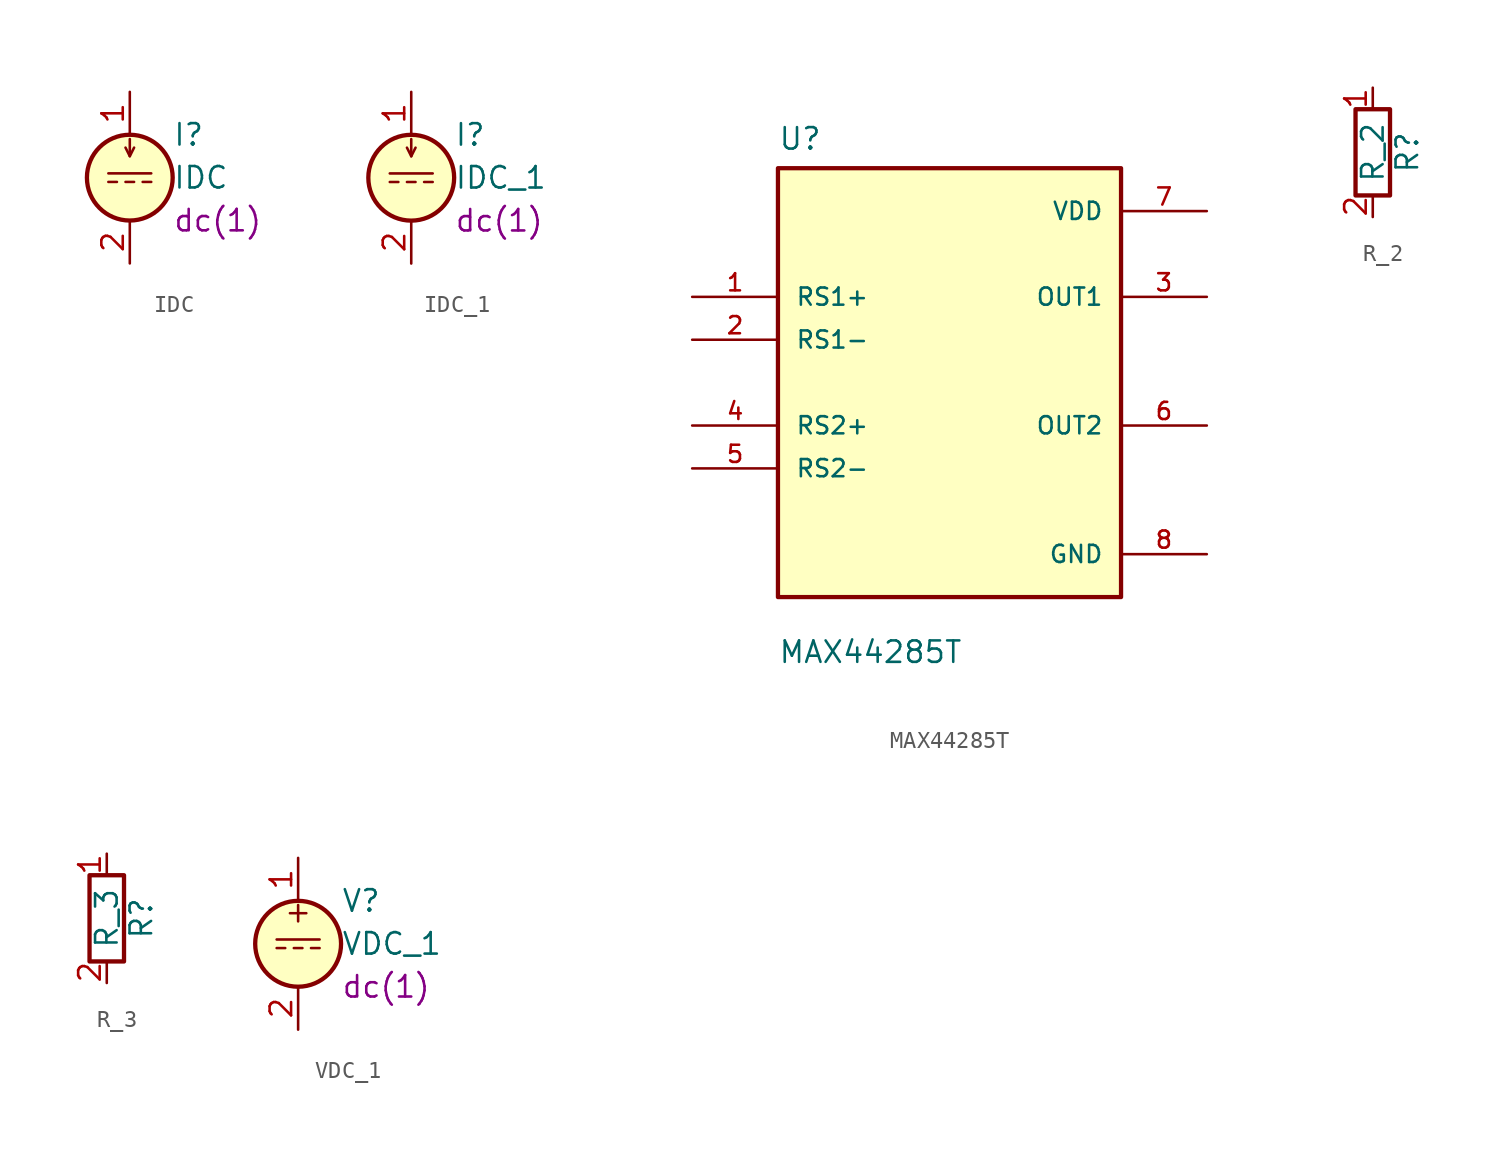
<source format=kicad_sym>
(kicad_symbol_lib
  (version 20231120)
  (generator "kicad_symbol_editor")
  (generator_version "8.0")
  (symbol "IDC"
    (pin_names
      (offset 0.025))
    (property "Reference" "I"
      (at 2.54 2.54 0)
      (effects (font (size 1.27 1.27)) (justify left)))
    (property "Value" "IDC"
      (at 2.54 0 0)
      (effects (font (size 1.27 1.27)) (justify left)))
    (property "Spice_Model" "dc(1)"
      (at 2.54 -2.54 0)
      (effects (font (size 1.27 1.27)) (justify left)))
    (symbol "IDC_0_0"
      (polyline (pts (xy -1.27 0.254) (xy 1.27 0.254)) (stroke (width 0) (type default)) (fill (type none)))
      (polyline (pts (xy -0.762 -0.254) (xy -1.27 -0.254)) (stroke (width 0) (type default)) (fill (type none)))
      (polyline (pts (xy 0.254 -0.254) (xy -0.254 -0.254)) (stroke (width 0) (type default)) (fill (type none)))
      (polyline (pts (xy 1.27 -0.254) (xy 0.762 -0.254)) (stroke (width 0) (type default)) (fill (type none))))
    (symbol "IDC_0_1"
      (polyline (pts (xy 0 1.27) (xy 0 2.286)) (stroke (width 0) (type default)) (fill (type none)))
      (polyline (pts (xy -0.254 1.778) (xy 0 1.27) (xy 0.254 1.778)) (stroke (width 0) (type default)) (fill (type none)))
      (circle (center 0 0) (radius 2.54) (stroke (width 0.254) (type default)) (fill (type background))))
    (symbol "IDC_1_1"
      (pin passive line (at 0 5.08 270) (length 2.54) (name "~" (effects (font (size 1.27 1.27)))) (number "1" (effects (font (size 1.27 1.27)))))
      (pin passive line (at 0 -5.08 90) (length 2.54) (name "~" (effects (font (size 1.27 1.27)))) (number "2" (effects (font (size 1.27 1.27)))))))
  (symbol "IDC_1"
    (pin_names
      (offset 0.025))
    (property "Reference" "I"
      (at 2.54 2.54 0)
      (effects (font (size 1.27 1.27)) (justify left)))
    (property "Value" "IDC_1"
      (at 2.54 0 0)
      (effects (font (size 1.27 1.27)) (justify left)))
    (property "Spice_Model" "dc(1)"
      (at 2.54 -2.54 0)
      (effects (font (size 1.27 1.27)) (justify left)))
    (symbol "IDC_1_0_0"
      (polyline (pts (xy -1.27 0.254) (xy 1.27 0.254)) (stroke (width 0) (type default)) (fill (type none)))
      (polyline (pts (xy -0.762 -0.254) (xy -1.27 -0.254)) (stroke (width 0) (type default)) (fill (type none)))
      (polyline (pts (xy 0.254 -0.254) (xy -0.254 -0.254)) (stroke (width 0) (type default)) (fill (type none)))
      (polyline (pts (xy 1.27 -0.254) (xy 0.762 -0.254)) (stroke (width 0) (type default)) (fill (type none))))
    (symbol "IDC_1_0_1"
      (polyline (pts (xy 0 1.27) (xy 0 2.286)) (stroke (width 0) (type default)) (fill (type none)))
      (polyline (pts (xy -0.254 1.778) (xy 0 1.27) (xy 0.254 1.778)) (stroke (width 0) (type default)) (fill (type none)))
      (circle (center 0 0) (radius 2.54) (stroke (width 0.254) (type default)) (fill (type background))))
    (symbol "IDC_1_1_1"
      (pin passive line (at 0 5.08 270) (length 2.54) (name "~" (effects (font (size 1.27 1.27)))) (number "1" (effects (font (size 1.27 1.27)))))
      (pin passive line (at 0 -5.08 90) (length 2.54) (name "~" (effects (font (size 1.27 1.27)))) (number "2" (effects (font (size 1.27 1.27)))))))
  (symbol "MAX44285T"
    (pin_names
      (offset 1.016))
    (property "Reference" "U"
      (at -10.16 13.7 0)
      (effects (font (size 1.27 1.27)) (justify left bottom)))
    (property "Value" "MAX44285T"
      (at -10.16 -16.7 0)
      (effects (font (size 1.27 1.27)) (justify left bottom)))
    (symbol "MAX44285T_0_0"
      (rectangle (start -10.16 -12.7) (end 10.16 12.7) (stroke (width 0.254) (type default)) (fill (type background)))
      (pin passive line (at -15.24 5.08 0) (length 5.08) (name "RS1+" (effects (font (size 1.016 1.016)))) (number "1" (effects (font (size 1.016 1.016)))))
      (pin passive line (at -15.24 2.54 0) (length 5.08) (name "RS1-" (effects (font (size 1.016 1.016)))) (number "2" (effects (font (size 1.016 1.016)))))
      (pin passive line (at 15.24 5.08 180) (length 5.08) (name "OUT1" (effects (font (size 1.016 1.016)))) (number "3" (effects (font (size 1.016 1.016)))))
      (pin passive line (at -15.24 -2.54 0) (length 5.08) (name "RS2+" (effects (font (size 1.016 1.016)))) (number "4" (effects (font (size 1.016 1.016)))))
      (pin passive line (at -15.24 -5.08 0) (length 5.08) (name "RS2-" (effects (font (size 1.016 1.016)))) (number "5" (effects (font (size 1.016 1.016)))))
      (pin passive line (at 15.24 -2.54 180) (length 5.08) (name "OUT2" (effects (font (size 1.016 1.016)))) (number "6" (effects (font (size 1.016 1.016)))))
      (pin passive line (at 15.24 10.16 180) (length 5.08) (name "VDD" (effects (font (size 1.016 1.016)))) (number "7" (effects (font (size 1.016 1.016)))))
      (pin passive line (at 15.24 -10.16 180) (length 5.08) (name "GND" (effects (font (size 1.016 1.016)))) (number "8" (effects (font (size 1.016 1.016)))))))
  (symbol "R_2"
    (pin_names
      (offset 0))
    (property "Reference" "R"
      (at 2.032 0 90)
      (effects (font (size 1.27 1.27))))
    (property "Value" "R_2"
      (at 0 0 90)
      (effects (font (size 1.27 1.27))))
    (symbol "R_2_0_1"
      (rectangle (start -1.016 -2.54) (end 1.016 2.54) (stroke (width 0.254) (type default)) (fill (type none))))
    (symbol "R_2_1_1"
      (pin passive line (at 0 3.81 270) (length 1.27) (name "~" (effects (font (size 1.27 1.27)))) (number "1" (effects (font (size 1.27 1.27)))))
      (pin passive line (at 0 -3.81 90) (length 1.27) (name "~" (effects (font (size 1.27 1.27)))) (number "2" (effects (font (size 1.27 1.27)))))))
  (symbol "R_3"
    (pin_names
      (offset 0))
    (property "Reference" "R"
      (at 2.032 0 90)
      (effects (font (size 1.27 1.27))))
    (property "Value" "R_3"
      (at 0 0 90)
      (effects (font (size 1.27 1.27))))
    (symbol "R_3_0_1"
      (rectangle (start -1.016 -2.54) (end 1.016 2.54) (stroke (width 0.254) (type default)) (fill (type none))))
    (symbol "R_3_1_1"
      (pin passive line (at 0 3.81 270) (length 1.27) (name "~" (effects (font (size 1.27 1.27)))) (number "1" (effects (font (size 1.27 1.27)))))
      (pin passive line (at 0 -3.81 90) (length 1.27) (name "~" (effects (font (size 1.27 1.27)))) (number "2" (effects (font (size 1.27 1.27)))))))
  (symbol "VDC_1"
    (pin_names
      (offset 0.025))
    (property "Reference" "V"
      (at 2.54 2.54 0)
      (effects (font (size 1.27 1.27)) (justify left)))
    (property "Value" "VDC_1"
      (at 2.54 0 0)
      (effects (font (size 1.27 1.27)) (justify left)))
    (property "Spice_Model" "dc(1)"
      (at 2.54 -2.54 0)
      (effects (font (size 1.27 1.27)) (justify left)))
    (symbol "VDC_1_0_0"
      (polyline (pts (xy -1.27 0.254) (xy 1.27 0.254)) (stroke (width 0) (type default)) (fill (type none)))
      (polyline (pts (xy -0.762 -0.254) (xy -1.27 -0.254)) (stroke (width 0) (type default)) (fill (type none)))
      (polyline (pts (xy 0.254 -0.254) (xy -0.254 -0.254)) (stroke (width 0) (type default)) (fill (type none)))
      (polyline (pts (xy 1.27 -0.254) (xy 0.762 -0.254)) (stroke (width 0) (type default)) (fill (type none)))
      (text "+" (at 0 1.905 0) (effects (font (size 1.27 1.27)))))
    (symbol "VDC_1_0_1"
      (circle (center 0 0) (radius 2.54) (stroke (width 0.254) (type default)) (fill (type background))))
    (symbol "VDC_1_1_1"
      (pin passive line (at 0 5.08 270) (length 2.54) (name "~" (effects (font (size 1.27 1.27)))) (number "1" (effects (font (size 1.27 1.27)))))
      (pin passive line (at 0 -5.08 90) (length 2.54) (name "~" (effects (font (size 1.27 1.27)))) (number "2" (effects (font (size 1.27 1.27))))))))
</source>
